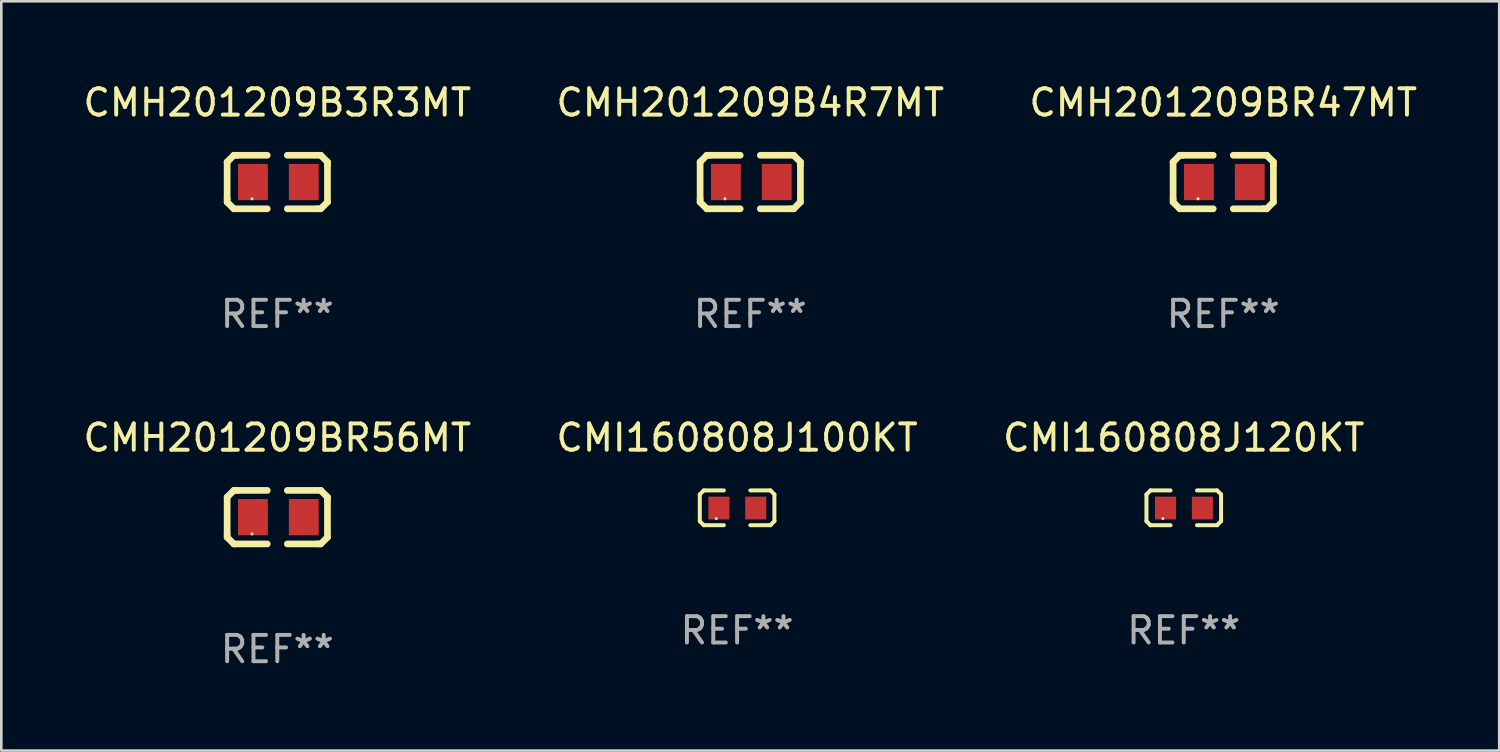
<source format=kicad_pcb>
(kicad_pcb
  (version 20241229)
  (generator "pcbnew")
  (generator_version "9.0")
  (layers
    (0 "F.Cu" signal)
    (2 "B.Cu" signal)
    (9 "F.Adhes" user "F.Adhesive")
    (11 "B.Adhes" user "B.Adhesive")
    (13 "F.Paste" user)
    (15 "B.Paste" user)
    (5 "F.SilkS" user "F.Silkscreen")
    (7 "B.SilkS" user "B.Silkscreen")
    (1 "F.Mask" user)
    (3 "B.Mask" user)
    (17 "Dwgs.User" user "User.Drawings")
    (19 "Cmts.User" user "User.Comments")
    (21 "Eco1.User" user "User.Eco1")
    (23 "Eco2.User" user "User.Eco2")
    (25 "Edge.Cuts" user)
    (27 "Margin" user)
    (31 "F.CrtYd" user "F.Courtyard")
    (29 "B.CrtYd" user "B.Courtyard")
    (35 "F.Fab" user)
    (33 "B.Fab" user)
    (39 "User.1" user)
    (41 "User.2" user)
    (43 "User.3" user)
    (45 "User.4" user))
  (footprint "CMH201209B4R7MT"
    (layer "F.Cu")
    (at 25.446 3.864)
    (property "Reference" "CMH201209B4R7MT" (at 0 -3.016 0) (layer "F.SilkS") (effects (font (size 1 1) (thickness 0.15))))
    (attr through_hole)
    (fp_line (start -1.905 -0.762) (end -1.905 0.635) (stroke (width 0.254) (type solid)) (layer "F.SilkS"))
    (fp_line (start -1.905 0.635) (end -1.905 0.762) (stroke (width 0.254) (type solid)) (layer "F.SilkS"))
    (fp_line (start -1.905 0.762) (end -1.651 1.016) (stroke (width 0.254) (type solid)) (layer "F.SilkS"))
    (fp_line (start -1.651 -1.016) (end -1.905 -0.762) (stroke (width 0.254) (type solid)) (layer "F.SilkS"))
    (fp_line (start -1.651 1.016) (end -0.381 1.016) (stroke (width 0.254) (type solid)) (layer "F.SilkS"))
    (fp_line (start -1.524 -1.016) (end -1.651 -1.016) (stroke (width 0.254) (type solid)) (layer "F.SilkS"))
    (fp_line (start -0.381 -1.016) (end -1.524 -1.016) (stroke (width 0.254) (type solid)) (layer "F.SilkS"))
    (fp_line (start 0.381 1.016) (end 1.524 1.016) (stroke (width 0.254) (type solid)) (layer "F.SilkS"))
    (fp_line (start 1.524 1.016) (end 1.651 1.016) (stroke (width 0.254) (type solid)) (layer "F.SilkS"))
    (fp_line (start 1.651 -1.016) (end 0.381 -1.016) (stroke (width 0.254) (type solid)) (layer "F.SilkS"))
    (fp_line (start 1.651 1.016) (end 1.905 0.762) (stroke (width 0.254) (type solid)) (layer "F.SilkS"))
    (fp_line (start 1.905 -0.762) (end 1.651 -1.016) (stroke (width 0.254) (type solid)) (layer "F.SilkS"))
    (fp_line (start 1.905 -0.635) (end 1.905 -0.762) (stroke (width 0.254) (type solid)) (layer "F.SilkS"))
    (fp_line (start 1.905 0.762) (end 1.905 -0.635) (stroke (width 0.254) (type solid)) (layer "F.SilkS"))
    (fp_circle (center -0.96 0.637) (end -0.93 0.637) (stroke (width 0.06) (type solid)) (fill no) (layer "F.SilkS"))
    (fp_text user "REF**" (at 0 5.016 0) (layer "F.Fab") (effects (font (size 1 1) (thickness 0.15))))
    (pad "1" smd rect (at -0.926 -0.000051) (size 1.133 1.377) (layers "F.Cu" "F.Mask" "F.Paste"))
    (pad "2" smd rect (at 1.006 -0.000051) (size 1.133 1.377) (layers "F.Cu" "F.Mask" "F.Paste")))
  (footprint "CMH201209B3R3MT"
    (layer "F.Cu")
    (at 7.482 3.864)
    (property "Reference" "CMH201209B3R3MT" (at 0 -3.016 0) (layer "F.SilkS") (effects (font (size 1 1) (thickness 0.15))))
    (attr through_hole)
    (fp_line (start -1.905 -0.762) (end -1.905 0.635) (stroke (width 0.254) (type solid)) (layer "F.SilkS"))
    (fp_line (start -1.905 0.635) (end -1.905 0.762) (stroke (width 0.254) (type solid)) (layer "F.SilkS"))
    (fp_line (start -1.905 0.762) (end -1.651 1.016) (stroke (width 0.254) (type solid)) (layer "F.SilkS"))
    (fp_line (start -1.651 -1.016) (end -1.905 -0.762) (stroke (width 0.254) (type solid)) (layer "F.SilkS"))
    (fp_line (start -1.651 1.016) (end -0.381 1.016) (stroke (width 0.254) (type solid)) (layer "F.SilkS"))
    (fp_line (start -1.524 -1.016) (end -1.651 -1.016) (stroke (width 0.254) (type solid)) (layer "F.SilkS"))
    (fp_line (start -0.381 -1.016) (end -1.524 -1.016) (stroke (width 0.254) (type solid)) (layer "F.SilkS"))
    (fp_line (start 0.381 1.016) (end 1.524 1.016) (stroke (width 0.254) (type solid)) (layer "F.SilkS"))
    (fp_line (start 1.524 1.016) (end 1.651 1.016) (stroke (width 0.254) (type solid)) (layer "F.SilkS"))
    (fp_line (start 1.651 -1.016) (end 0.381 -1.016) (stroke (width 0.254) (type solid)) (layer "F.SilkS"))
    (fp_line (start 1.651 1.016) (end 1.905 0.762) (stroke (width 0.254) (type solid)) (layer "F.SilkS"))
    (fp_line (start 1.905 -0.762) (end 1.651 -1.016) (stroke (width 0.254) (type solid)) (layer "F.SilkS"))
    (fp_line (start 1.905 -0.635) (end 1.905 -0.762) (stroke (width 0.254) (type solid)) (layer "F.SilkS"))
    (fp_line (start 1.905 0.762) (end 1.905 -0.635) (stroke (width 0.254) (type solid)) (layer "F.SilkS"))
    (fp_circle (center -0.96 0.637) (end -0.93 0.637) (stroke (width 0.06) (type solid)) (fill no) (layer "F.SilkS"))
    (fp_text user "REF**" (at 0 5.016 0) (layer "F.Fab") (effects (font (size 1 1) (thickness 0.15))))
    (pad "1" smd rect (at -0.926 -0.000051) (size 1.133 1.377) (layers "F.Cu" "F.Mask" "F.Paste"))
    (pad "2" smd rect (at 1.006 -0.000051) (size 1.133 1.377) (layers "F.Cu" "F.Mask" "F.Paste")))
  (footprint "CMH201209BR47MT"
    (layer "F.Cu")
    (at 43.411 3.864)
    (property "Reference" "CMH201209BR47MT" (at 0 -3.016 0) (layer "F.SilkS") (effects (font (size 1 1) (thickness 0.15))))
    (attr through_hole)
    (fp_line (start -1.905 -0.762) (end -1.905 0.635) (stroke (width 0.254) (type solid)) (layer "F.SilkS"))
    (fp_line (start -1.905 0.635) (end -1.905 0.762) (stroke (width 0.254) (type solid)) (layer "F.SilkS"))
    (fp_line (start -1.905 0.762) (end -1.651 1.016) (stroke (width 0.254) (type solid)) (layer "F.SilkS"))
    (fp_line (start -1.651 -1.016) (end -1.905 -0.762) (stroke (width 0.254) (type solid)) (layer "F.SilkS"))
    (fp_line (start -1.651 1.016) (end -0.381 1.016) (stroke (width 0.254) (type solid)) (layer "F.SilkS"))
    (fp_line (start -1.524 -1.016) (end -1.651 -1.016) (stroke (width 0.254) (type solid)) (layer "F.SilkS"))
    (fp_line (start -0.381 -1.016) (end -1.524 -1.016) (stroke (width 0.254) (type solid)) (layer "F.SilkS"))
    (fp_line (start 0.381 1.016) (end 1.524 1.016) (stroke (width 0.254) (type solid)) (layer "F.SilkS"))
    (fp_line (start 1.524 1.016) (end 1.651 1.016) (stroke (width 0.254) (type solid)) (layer "F.SilkS"))
    (fp_line (start 1.651 -1.016) (end 0.381 -1.016) (stroke (width 0.254) (type solid)) (layer "F.SilkS"))
    (fp_line (start 1.651 1.016) (end 1.905 0.762) (stroke (width 0.254) (type solid)) (layer "F.SilkS"))
    (fp_line (start 1.905 -0.762) (end 1.651 -1.016) (stroke (width 0.254) (type solid)) (layer "F.SilkS"))
    (fp_line (start 1.905 -0.635) (end 1.905 -0.762) (stroke (width 0.254) (type solid)) (layer "F.SilkS"))
    (fp_line (start 1.905 0.762) (end 1.905 -0.635) (stroke (width 0.254) (type solid)) (layer "F.SilkS"))
    (fp_circle (center -0.96 0.637) (end -0.93 0.637) (stroke (width 0.06) (type solid)) (fill no) (layer "F.SilkS"))
    (fp_text user "REF**" (at 0 5.016 0) (layer "F.Fab") (effects (font (size 1 1) (thickness 0.15))))
    (pad "1" smd rect (at -0.926 -0.000051) (size 1.133 1.377) (layers "F.Cu" "F.Mask" "F.Paste"))
    (pad "2" smd rect (at 1.006 -0.000051) (size 1.133 1.377) (layers "F.Cu" "F.Mask" "F.Paste")))
  (footprint "CMI160808J120KT"
    (layer "F.Cu")
    (at 41.911 16.237)
    (property "Reference" "CMI160808J120KT" (at 0 -2.661 0) (layer "F.SilkS") (effects (font (size 1 1) (thickness 0.15))))
    (attr through_hole)
    (fp_line (start -1.417 -0.508) (end -1.265 -0.661) (stroke (width 0.152) (type solid)) (layer "F.SilkS"))
    (fp_line (start -1.417 0.508) (end -1.417 -0.508) (stroke (width 0.152) (type solid)) (layer "F.SilkS"))
    (fp_line (start -1.265 -0.661) (end -0.503 -0.661) (stroke (width 0.152) (type solid)) (layer "F.SilkS"))
    (fp_line (start -1.265 0.661) (end -1.417 0.508) (stroke (width 0.152) (type solid)) (layer "F.SilkS"))
    (fp_line (start -1.265 0.661) (end -0.503 0.661) (stroke (width 0.152) (type solid)) (layer "F.SilkS"))
    (fp_line (start 1.265 -0.661) (end 0.503 -0.661) (stroke (width 0.152) (type solid)) (layer "F.SilkS"))
    (fp_line (start 1.265 -0.661) (end 1.417 -0.508) (stroke (width 0.152) (type solid)) (layer "F.SilkS"))
    (fp_line (start 1.265 0.661) (end 0.503 0.661) (stroke (width 0.152) (type solid)) (layer "F.SilkS"))
    (fp_line (start 1.417 -0.508) (end 1.417 0.508) (stroke (width 0.152) (type solid)) (layer "F.SilkS"))
    (fp_line (start 1.417 0.508) (end 1.265 0.661) (stroke (width 0.152) (type solid)) (layer "F.SilkS"))
    (fp_circle (center -0.793 0.409) (end -0.763 0.409) (stroke (width 0.06) (type solid)) (fill no) (layer "F.SilkS"))
    (fp_text user "REF**" (at 0 4.661 0) (layer "F.Fab") (effects (font (size 1 1) (thickness 0.15))))
    (pad "1" smd rect (at -0.693 0.009 180) (size 0.8 0.864) (layers "F.Cu" "F.Mask" "F.Paste"))
    (pad "2" smd rect (at 0.707 0.009 180) (size 0.8 0.864) (layers "F.Cu" "F.Mask" "F.Paste")))
  (footprint "CMH201209BR56MT"
    (layer "F.Cu")
    (at 7.482 16.593)
    (property "Reference" "CMH201209BR56MT" (at 0 -3.016 0) (layer "F.SilkS") (effects (font (size 1 1) (thickness 0.15))))
    (attr through_hole)
    (fp_line (start -1.905 -0.762) (end -1.905 0.635) (stroke (width 0.254) (type solid)) (layer "F.SilkS"))
    (fp_line (start -1.905 0.635) (end -1.905 0.762) (stroke (width 0.254) (type solid)) (layer "F.SilkS"))
    (fp_line (start -1.905 0.762) (end -1.651 1.016) (stroke (width 0.254) (type solid)) (layer "F.SilkS"))
    (fp_line (start -1.651 -1.016) (end -1.905 -0.762) (stroke (width 0.254) (type solid)) (layer "F.SilkS"))
    (fp_line (start -1.651 1.016) (end -0.381 1.016) (stroke (width 0.254) (type solid)) (layer "F.SilkS"))
    (fp_line (start -1.524 -1.016) (end -1.651 -1.016) (stroke (width 0.254) (type solid)) (layer "F.SilkS"))
    (fp_line (start -0.381 -1.016) (end -1.524 -1.016) (stroke (width 0.254) (type solid)) (layer "F.SilkS"))
    (fp_line (start 0.381 1.016) (end 1.524 1.016) (stroke (width 0.254) (type solid)) (layer "F.SilkS"))
    (fp_line (start 1.524 1.016) (end 1.651 1.016) (stroke (width 0.254) (type solid)) (layer "F.SilkS"))
    (fp_line (start 1.651 -1.016) (end 0.381 -1.016) (stroke (width 0.254) (type solid)) (layer "F.SilkS"))
    (fp_line (start 1.651 1.016) (end 1.905 0.762) (stroke (width 0.254) (type solid)) (layer "F.SilkS"))
    (fp_line (start 1.905 -0.762) (end 1.651 -1.016) (stroke (width 0.254) (type solid)) (layer "F.SilkS"))
    (fp_line (start 1.905 -0.635) (end 1.905 -0.762) (stroke (width 0.254) (type solid)) (layer "F.SilkS"))
    (fp_line (start 1.905 0.762) (end 1.905 -0.635) (stroke (width 0.254) (type solid)) (layer "F.SilkS"))
    (fp_circle (center -0.96 0.637) (end -0.93 0.637) (stroke (width 0.06) (type solid)) (fill no) (layer "F.SilkS"))
    (fp_text user "REF**" (at 0 5.016 0) (layer "F.Fab") (effects (font (size 1 1) (thickness 0.15))))
    (pad "1" smd rect (at -0.926 -0.000051) (size 1.133 1.377) (layers "F.Cu" "F.Mask" "F.Paste"))
    (pad "2" smd rect (at 1.006 -0.000051) (size 1.133 1.377) (layers "F.Cu" "F.Mask" "F.Paste")))
  (footprint "CMI160808J100KT"
    (layer "F.Cu")
    (at 24.946 16.237)
    (property "Reference" "CMI160808J100KT" (at 0 -2.661 0) (layer "F.SilkS") (effects (font (size 1 1) (thickness 0.15))))
    (attr through_hole)
    (fp_line (start -1.417 -0.508) (end -1.265 -0.661) (stroke (width 0.152) (type solid)) (layer "F.SilkS"))
    (fp_line (start -1.417 0.508) (end -1.417 -0.508) (stroke (width 0.152) (type solid)) (layer "F.SilkS"))
    (fp_line (start -1.265 -0.661) (end -0.503 -0.661) (stroke (width 0.152) (type solid)) (layer "F.SilkS"))
    (fp_line (start -1.265 0.661) (end -1.417 0.508) (stroke (width 0.152) (type solid)) (layer "F.SilkS"))
    (fp_line (start -1.265 0.661) (end -0.503 0.661) (stroke (width 0.152) (type solid)) (layer "F.SilkS"))
    (fp_line (start 1.265 -0.661) (end 0.503 -0.661) (stroke (width 0.152) (type solid)) (layer "F.SilkS"))
    (fp_line (start 1.265 -0.661) (end 1.417 -0.508) (stroke (width 0.152) (type solid)) (layer "F.SilkS"))
    (fp_line (start 1.265 0.661) (end 0.503 0.661) (stroke (width 0.152) (type solid)) (layer "F.SilkS"))
    (fp_line (start 1.417 -0.508) (end 1.417 0.508) (stroke (width 0.152) (type solid)) (layer "F.SilkS"))
    (fp_line (start 1.417 0.508) (end 1.265 0.661) (stroke (width 0.152) (type solid)) (layer "F.SilkS"))
    (fp_circle (center -0.793 0.409) (end -0.763 0.409) (stroke (width 0.06) (type solid)) (fill no) (layer "F.SilkS"))
    (fp_text user "REF**" (at 0 4.661 0) (layer "F.Fab") (effects (font (size 1 1) (thickness 0.15))))
    (pad "1" smd rect (at -0.693 0.009 180) (size 0.8 0.864) (layers "F.Cu" "F.Mask" "F.Paste"))
    (pad "2" smd rect (at 0.707 0.009 180) (size 0.8 0.864) (layers "F.Cu" "F.Mask" "F.Paste")))
  (gr_rect
    (start -3 -3)
    (end 53.893 25.457)
    (stroke (width 0.1) (type default))
    (fill no)
    (layer "Edge.Cuts")))
</source>
